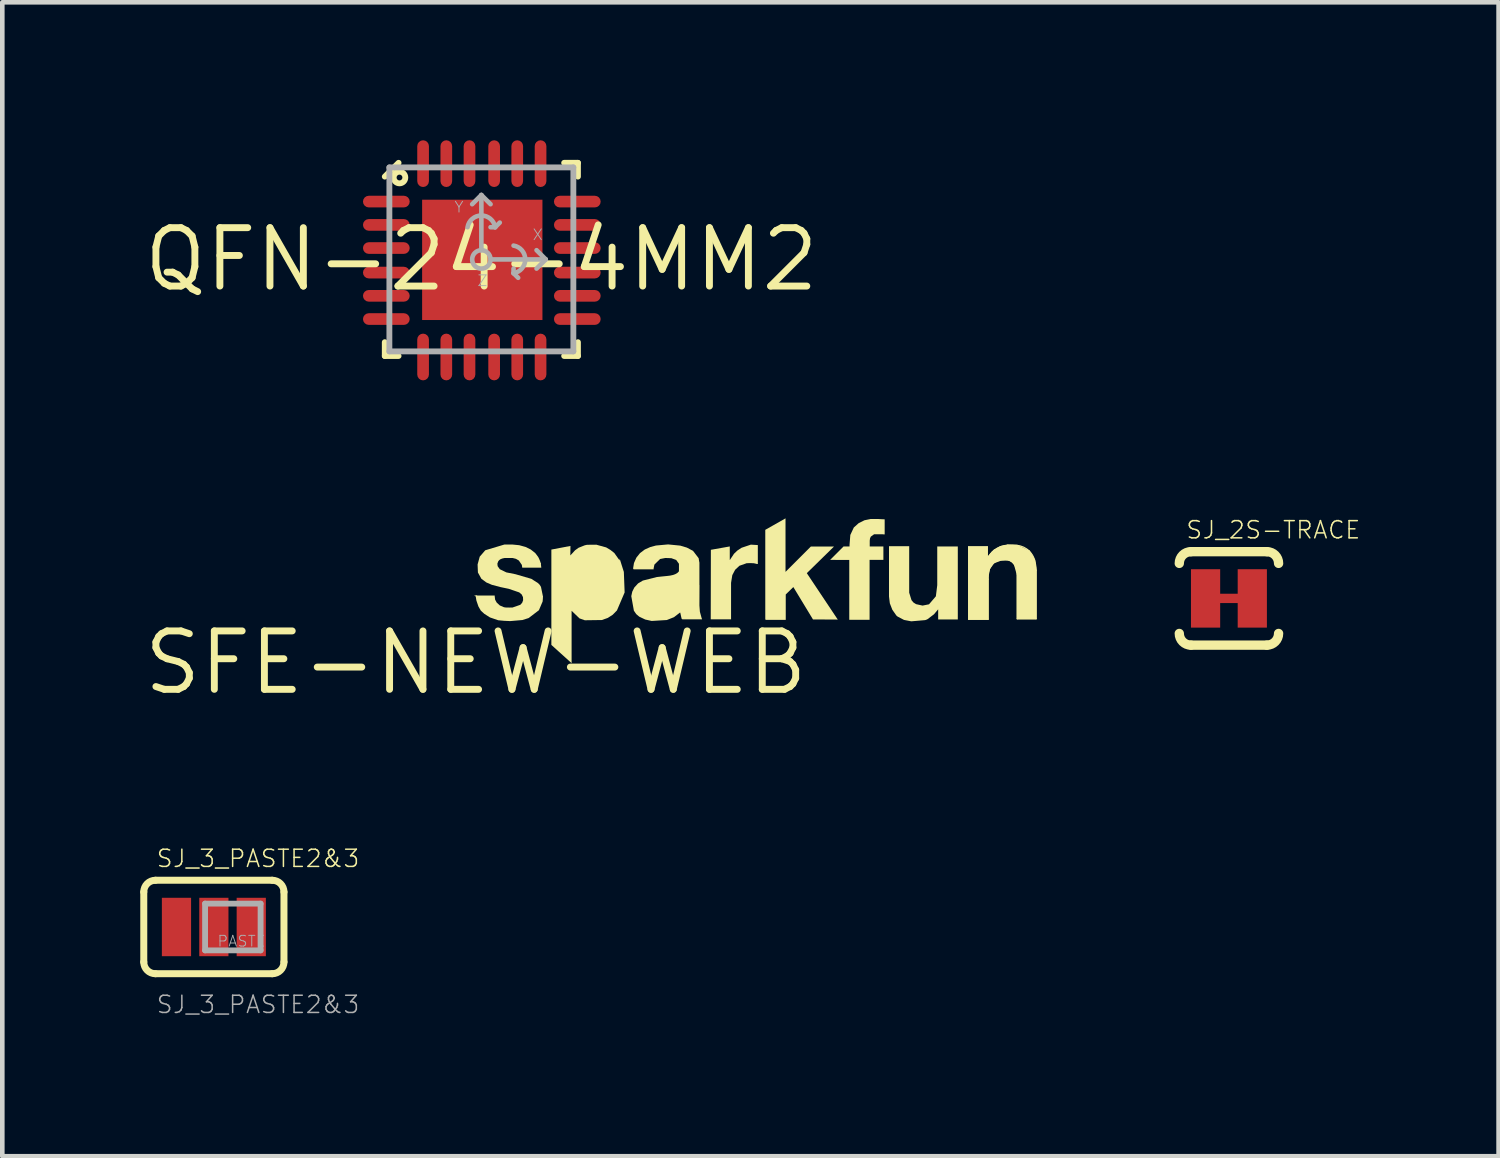
<source format=kicad_pcb>
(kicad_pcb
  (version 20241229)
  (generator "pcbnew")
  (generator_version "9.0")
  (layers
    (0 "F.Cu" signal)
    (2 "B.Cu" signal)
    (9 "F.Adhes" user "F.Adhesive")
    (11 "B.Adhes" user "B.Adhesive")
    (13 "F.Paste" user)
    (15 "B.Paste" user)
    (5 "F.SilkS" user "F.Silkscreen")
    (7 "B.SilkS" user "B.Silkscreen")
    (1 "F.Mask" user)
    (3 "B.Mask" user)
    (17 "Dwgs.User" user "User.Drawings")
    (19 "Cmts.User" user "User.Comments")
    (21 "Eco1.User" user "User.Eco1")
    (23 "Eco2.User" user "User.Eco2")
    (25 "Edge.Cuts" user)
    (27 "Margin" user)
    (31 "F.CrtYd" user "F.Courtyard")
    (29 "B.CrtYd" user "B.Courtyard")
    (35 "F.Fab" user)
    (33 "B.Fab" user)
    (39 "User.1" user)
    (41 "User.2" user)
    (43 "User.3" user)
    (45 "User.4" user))
  (footprint "SJ_3_PASTE2&3"
    (layer "F.Cu")
    (at 1.6 17.105)
    (property "Reference" "SJ_3_PASTE2&3" (at -1.27 -1.27 0) (layer "F.SilkS") (effects (font (size 0.374 0.374) (thickness 0.033)) (justify left bottom)))
    (property "Value" "SJ_3_PASTE2&3" (at -0.1 0 0) (layer "F.Fab") (hide yes) (effects (font (size 0.018 0.018) (thickness 0.002)) (justify left bottom)))
    (fp_line (start -1.524 0.762) (end -1.524 -0.762) (stroke (width 0.152) (type solid)) (layer "F.SilkS"))
    (fp_line (start -1.27 -1.016) (end 1.27 -1.016) (stroke (width 0.152) (type solid)) (layer "F.SilkS"))
    (fp_line (start 1.27 1.016) (end -1.27 1.016) (stroke (width 0.152) (type solid)) (layer "F.SilkS"))
    (fp_line (start 1.524 0.762) (end 1.524 -0.762) (stroke (width 0.152) (type solid)) (layer "F.SilkS"))
    (fp_arc (start -1.524 -0.762) (mid -1.449605 -0.941605) (end -1.27 -1.016) (stroke (width 0.1524) (type solid)) (layer "F.SilkS"))
    (fp_arc (start -1.27 1.016) (mid -1.449605 0.941605) (end -1.524 0.762) (stroke (width 0.1524) (type solid)) (layer "F.SilkS"))
    (fp_arc (start 1.27 -1.016) (mid 1.449605 -0.941605) (end 1.524 -0.762) (stroke (width 0.1524) (type solid)) (layer "F.SilkS"))
    (fp_arc (start 1.524 0.762) (mid 1.449605 0.941605) (end 1.27 1.016) (stroke (width 0.1524) (type solid)) (layer "F.SilkS"))
    (fp_poly (pts (xy -0.279 1.016) (xy 1.422 1.016) (xy 1.422 -0.991) (xy -0.279 -0.991)) (stroke (width 0) (type default)) (fill yes) (layer "F.Paste"))
    (fp_line (start -0.191 -0.508) (end -0.191 0.508) (stroke (width 0.127) (type solid)) (layer "F.Fab"))
    (fp_line (start -0.191 0.508) (end 1.016 0.508) (stroke (width 0.127) (type solid)) (layer "F.Fab"))
    (fp_line (start 1.016 -0.508) (end -0.191 -0.508) (stroke (width 0.127) (type solid)) (layer "F.Fab"))
    (fp_line (start 1.016 0.508) (end 1.016 -0.508) (stroke (width 0.127) (type solid)) (layer "F.Fab"))
    (fp_text user "${VALUE}" (at -1.27 1.905 0) (layer "F.Fab") (effects (font (size 0.374 0.374) (thickness 0.033)) (justify left bottom)))
    (fp_text user "PASTE" (at 0.064 0.445 0) (layer "F.Fab") (effects (font (size 0.234 0.234) (thickness 0.02)) (justify left bottom)))
    (pad "1" smd rect (at -0.813 0) (size 0.635 1.27) (layers "F.Cu" "F.Mask"))
    (pad "2" smd rect (at 0 0) (size 0.635 1.27) (layers "F.Cu" "F.Mask"))
    (pad "3" smd rect (at 0.813 0) (size 0.635 1.27) (layers "F.Cu" "F.Mask")))
  (footprint "SJ_2S-TRACE"
    (layer "F.Cu")
    (at 23.67 9.961)
    (property "Reference" "SJ_2S-TRACE" (at -0.953 -1.27 0) (layer "F.SilkS") (effects (font (size 0.374 0.374) (thickness 0.033)) (justify left bottom)))
    (fp_line (start -0.381 0) (end 0.381 0) (stroke (width 0.203) (type solid)) (layer "F.Cu"))
    (fp_line (start -0.826 -1.016) (end 0.826 -1.016) (stroke (width 0.203) (type solid)) (layer "F.SilkS"))
    (fp_line (start 0.826 1.016) (end -0.826 1.016) (stroke (width 0.203) (type solid)) (layer "F.SilkS"))
    (fp_arc (start -1.0795 -0.762) (mid -1.005105 -0.941605) (end -0.8255 -1.016) (stroke (width 0.2032) (type solid)) (layer "F.SilkS"))
    (fp_arc (start -0.8255 1.016) (mid -1.005105 0.941605) (end -1.0795 0.762) (stroke (width 0.2032) (type solid)) (layer "F.SilkS"))
    (fp_arc (start 0.8255 -1.016) (mid 1.005105 -0.941605) (end 1.0795 -0.762) (stroke (width 0.2032) (type solid)) (layer "F.SilkS"))
    (fp_arc (start 1.0795 0.762) (mid 1.005105 0.941605) (end 0.8255 1.016) (stroke (width 0.2032) (type solid)) (layer "F.SilkS"))
    (pad "1" smd rect (at -0.508 0) (size 0.635 1.27) (layers "F.Cu" "F.Mask"))
    (pad "2" smd rect (at 0.508 0) (size 0.635 1.27) (layers "F.Cu" "F.Mask")))
  (footprint "QFN-24-4MM2"
    (layer "F.Cu")
    (at 7.416 2.59)
    (property "Reference" "QFN-24-4MM2" (at 0 0 0) (layer "F.SilkS") (effects (font (size 1.27 1.27) (thickness 0.15))))
    (fp_line (start -2.1 -1.8) (end -1.8 -2.1) (stroke (width 0.127) (type solid)) (layer "F.SilkS"))
    (fp_line (start -2.1 2.1) (end -2.1 1.8) (stroke (width 0.127) (type solid)) (layer "F.SilkS"))
    (fp_line (start -1.8 2.1) (end -2.1 2.1) (stroke (width 0.127) (type solid)) (layer "F.SilkS"))
    (fp_line (start 1.8 -2.1) (end 2.1 -2.1) (stroke (width 0.127) (type solid)) (layer "F.SilkS"))
    (fp_line (start 1.8 2.1) (end 2.1 2.1) (stroke (width 0.127) (type solid)) (layer "F.SilkS"))
    (fp_line (start 2.1 -2.1) (end 2.1 -1.8) (stroke (width 0.127) (type solid)) (layer "F.SilkS"))
    (fp_line (start 2.1 2.1) (end 2.1 1.8) (stroke (width 0.127) (type solid)) (layer "F.SilkS"))
    (fp_circle (center -1.78 -1.78) (end -1.717 -1.78) (stroke (width 0.127) (type solid)) (fill no) (layer "F.SilkS"))
    (fp_poly (pts (xy -0.838 -0.33) (xy -0.356 -0.33) (xy -0.356 -0.813) (xy -0.838 -0.813)) (stroke (width 0) (type default)) (fill yes) (layer "F.Paste"))
    (fp_poly (pts (xy -0.826 0.876) (xy -0.343 0.876) (xy -0.343 0.394) (xy -0.826 0.394)) (stroke (width 0) (type default)) (fill yes) (layer "F.Paste"))
    (fp_poly (pts (xy 0.394 0.876) (xy 0.876 0.876) (xy 0.876 0.394) (xy 0.394 0.394)) (stroke (width 0) (type default)) (fill yes) (layer "F.Paste"))
    (fp_poly (pts (xy 0.432 -0.33) (xy 0.914 -0.33) (xy 0.914 -0.813) (xy 0.432 -0.813)) (stroke (width 0) (type default)) (fill yes) (layer "F.Paste"))
    (fp_line (start -2 -2) (end 2 -2) (stroke (width 0.127) (type solid)) (layer "F.Fab"))
    (fp_line (start -2 2) (end -2 -2) (stroke (width 0.127) (type solid)) (layer "F.Fab"))
    (fp_line (start -0.2 -1.2) (end 0 -1.4) (stroke (width 0.1) (type solid)) (layer "F.Fab"))
    (fp_line (start 0 -1.4) (end 0.2 -1.2) (stroke (width 0.1) (type solid)) (layer "F.Fab"))
    (fp_line (start 0 -0.2) (end 0 -1.4) (stroke (width 0.1) (type solid)) (layer "F.Fab"))
    (fp_line (start 0.2 0) (end 1.4 0) (stroke (width 0.1) (type solid)) (layer "F.Fab"))
    (fp_line (start 0.3 -0.7) (end 0.2 -0.7) (stroke (width 0.1) (type solid)) (layer "F.Fab"))
    (fp_line (start 0.4 -0.8) (end 0.3 -0.7) (stroke (width 0.1) (type solid)) (layer "F.Fab"))
    (fp_line (start 0.7 0.3) (end 0.7 0.2) (stroke (width 0.1) (type solid)) (layer "F.Fab"))
    (fp_line (start 0.8 0.4) (end 0.7 0.3) (stroke (width 0.1) (type solid)) (layer "F.Fab"))
    (fp_line (start 1.2 -0.2) (end 1.4 0) (stroke (width 0.1) (type solid)) (layer "F.Fab"))
    (fp_line (start 1.4 0) (end 1.2 0.2) (stroke (width 0.1) (type solid)) (layer "F.Fab"))
    (fp_line (start 2 -2) (end 2 2) (stroke (width 0.127) (type solid)) (layer "F.Fab"))
    (fp_line (start 2 2) (end -2 2) (stroke (width 0.127) (type solid)) (layer "F.Fab"))
    (fp_arc (start -0.3 -0.7) (mid 0 -0.954138) (end 0.3 -0.7) (stroke (width 0.1) (type solid)) (layer "F.Fab"))
    (fp_arc (start 0.7 -0.3) (mid 0.954138 0) (end 0.7 0.3) (stroke (width 0.1) (type solid)) (layer "F.Fab"))
    (fp_circle (center 0 0) (end 0.2 0) (stroke (width 0.1) (type solid)) (fill no) (layer "F.Fab"))
    (fp_text user "X" (at 1.1 -0.4 0) (layer "F.Fab") (effects (font (size 0.234 0.234) (thickness 0.02)) (justify left bottom)))
    (fp_text user "Z" (at -0.1 0.6 0) (layer "F.Fab") (effects (font (size 0.234 0.234) (thickness 0.02)) (justify left bottom)))
    (fp_text user "Y" (at -0.6 -1 0) (layer "F.Fab") (effects (font (size 0.234 0.234) (thickness 0.02)) (justify left bottom)))
    (pad "1" smd roundrect (at -2.066 -1.257 180) (size 1.016 0.254) (layers "F.Cu" "F.Mask" "F.Paste") (roundrect_rratio 0.5))
    (pad "2" smd roundrect (at -2.066 -0.75 180) (size 1.016 0.254) (layers "F.Cu" "F.Mask" "F.Paste") (roundrect_rratio 0.5))
    (pad "3" smd roundrect (at -2.066 -0.247 180) (size 1.016 0.254) (layers "F.Cu" "F.Mask" "F.Paste") (roundrect_rratio 0.5))
    (pad "4" smd roundrect (at -2.066 0.287 180) (size 1.016 0.254) (layers "F.Cu" "F.Mask" "F.Paste") (roundrect_rratio 0.5))
    (pad "5" smd roundrect (at -2.066 0.792 180) (size 1.016 0.254) (layers "F.Cu" "F.Mask" "F.Paste") (roundrect_rratio 0.5))
    (pad "6" smd roundrect (at -2.066 1.297 180) (size 1.016 0.254) (layers "F.Cu" "F.Mask" "F.Paste") (roundrect_rratio 0.5))
    (pad "7" smd roundrect (at -1.267 2.122 90) (size 1.016 0.254) (layers "F.Cu" "F.Mask" "F.Paste") (roundrect_rratio 0.5))
    (pad "8" smd roundrect (at -0.762 2.122 90) (size 1.016 0.254) (layers "F.Cu" "F.Mask" "F.Paste") (roundrect_rratio 0.5))
    (pad "9" smd roundrect (at -0.258 2.122 90) (size 1.016 0.254) (layers "F.Cu" "F.Mask" "F.Paste") (roundrect_rratio 0.5))
    (pad "10" smd roundrect (at 0.278 2.122 90) (size 1.016 0.254) (layers "F.Cu" "F.Mask" "F.Paste") (roundrect_rratio 0.5))
    (pad "11" smd roundrect (at 0.78 2.122 90) (size 1.016 0.254) (layers "F.Cu" "F.Mask" "F.Paste") (roundrect_rratio 0.5))
    (pad "12" smd roundrect (at 1.287 2.122 90) (size 1.016 0.254) (layers "F.Cu" "F.Mask" "F.Paste") (roundrect_rratio 0.5))
    (pad "13" smd roundrect (at 2.086 1.297 180) (size 1.016 0.254) (layers "F.Cu" "F.Mask" "F.Paste") (roundrect_rratio 0.5))
    (pad "14" smd roundrect (at 2.086 0.792 180) (size 1.016 0.254) (layers "F.Cu" "F.Mask" "F.Paste") (roundrect_rratio 0.5))
    (pad "15" smd roundrect (at 2.086 0.287 180) (size 1.016 0.254) (layers "F.Cu" "F.Mask" "F.Paste") (roundrect_rratio 0.5))
    (pad "16" smd roundrect (at 2.086 -0.247 180) (size 1.016 0.254) (layers "F.Cu" "F.Mask" "F.Paste") (roundrect_rratio 0.5))
    (pad "17" smd roundrect (at 2.086 -0.75 180) (size 1.016 0.254) (layers "F.Cu" "F.Mask" "F.Paste") (roundrect_rratio 0.5))
    (pad "18" smd roundrect (at 2.086 -1.257 180) (size 1.016 0.254) (layers "F.Cu" "F.Mask" "F.Paste") (roundrect_rratio 0.5))
    (pad "19" smd roundrect (at 1.287 -2.082 90) (size 1.016 0.254) (layers "F.Cu" "F.Mask" "F.Paste") (roundrect_rratio 0.5))
    (pad "20" smd roundrect (at 0.78 -2.082 90) (size 1.016 0.254) (layers "F.Cu" "F.Mask" "F.Paste") (roundrect_rratio 0.5))
    (pad "21" smd roundrect (at 0.278 -2.082 90) (size 1.016 0.254) (layers "F.Cu" "F.Mask" "F.Paste") (roundrect_rratio 0.5))
    (pad "22" smd roundrect (at -0.258 -2.082 90) (size 1.016 0.254) (layers "F.Cu" "F.Mask" "F.Paste") (roundrect_rratio 0.5))
    (pad "23" smd roundrect (at -0.762 -2.082 90) (size 1.016 0.254) (layers "F.Cu" "F.Mask" "F.Paste") (roundrect_rratio 0.5))
    (pad "24" smd roundrect (at -1.267 -2.082 90) (size 1.016 0.254) (layers "F.Cu" "F.Mask" "F.Paste") (roundrect_rratio 0.5))
    (pad "P$1" smd rect (at 0.02 0.01) (size 2.616 2.616) (layers "F.Cu" "F.Mask")))
  (footprint "SFE-NEW-WEB"
    (layer "F.Cu")
    (at 7.295 11.358)
    (property "Reference" "SFE-NEW-WEB" (at 0 0 0) (layer "F.SilkS") (effects (font (size 1.27 1.27) (thickness 0.15))))
    (fp_line (start 10.716 -2.517) (end 11.12 -2.517) (stroke (width 0.025) (type solid)) (layer "F.SilkS"))
    (fp_line (start 10.716 -0.945) (end 10.716 -2.517) (stroke (width 0.025) (type solid)) (layer "F.SilkS"))
    (fp_line (start 11.12 -2.517) (end 11.12 -2.296) (stroke (width 0.025) (type solid)) (layer "F.SilkS"))
    (fp_line (start 11.12 -2.296) (end 11.128 -2.296) (stroke (width 0.025) (type solid)) (layer "F.SilkS"))
    (fp_line (start 11.138 -1.814) (end 11.138 -0.945) (stroke (width 0.025) (type solid)) (layer "F.SilkS"))
    (fp_line (start 11.138 -0.945) (end 10.716 -0.945) (stroke (width 0.025) (type solid)) (layer "F.SilkS"))
    (fp_line (start 11.773 -0.955) (end 11.773 -1.92) (stroke (width 0.025) (type solid)) (layer "F.SilkS"))
    (fp_line (start 12.182 -2.009) (end 12.182 -0.955) (stroke (width 0.025) (type solid)) (layer "F.SilkS"))
    (fp_line (start 12.182 -0.955) (end 11.773 -0.955) (stroke (width 0.025) (type solid)) (layer "F.SilkS"))
    (fp_arc (start 11.1379 -1.8821) (mid 11.146106 -1.962214) (end 11.1684 -2.0396) (stroke (width 0.0254) (type solid)) (layer "F.SilkS"))
    (fp_arc (start 11.1379 -1.8136) (mid 11.137681 -1.84785) (end 11.1379 -1.8821) (stroke (width 0.0254) (type solid)) (layer "F.SilkS"))
    (fp_arc (start 11.1455 -2.3038) (mid 11.137379 -2.298176) (end 11.1277 -2.2962) (stroke (width 0.0254) (type solid)) (layer "F.SilkS"))
    (fp_arc (start 11.1582 -2.319) (mid 11.152103 -2.311188) (end 11.1455 -2.3038) (stroke (width 0.0254) (type solid)) (layer "F.SilkS"))
    (fp_arc (start 11.1582 -2.319) (mid 11.172158 -2.338081) (end 11.1862 -2.3571) (stroke (width 0.0254) (type solid)) (layer "F.SilkS"))
    (fp_arc (start 11.1684 -2.0396) (mid 11.206138 -2.110015) (end 11.2598 -2.1692) (stroke (width 0.0254) (type solid)) (layer "F.SilkS"))
    (fp_arc (start 11.1862 -2.3571) (mid 11.2264 -2.404414) (end 11.2725 -2.446) (stroke (width 0.0254) (type solid)) (layer "F.SilkS"))
    (fp_arc (start 11.259799 -2.1692) (mid 11.334441 -2.214452) (end 11.4198 -2.2327) (stroke (width 0.0254) (type solid)) (layer "F.SilkS"))
    (fp_arc (start 11.2725 -2.446) (mid 11.411238 -2.52384) (end 11.5672 -2.5552) (stroke (width 0.0254) (type solid)) (layer "F.SilkS"))
    (fp_arc (start 11.5316 -2.2377) (mid 11.475702 -2.235165) (end 11.4198 -2.2327) (stroke (width 0.0254) (type solid)) (layer "F.SilkS"))
    (fp_arc (start 11.5316 -2.2377) (mid 11.565101 -2.235924) (end 11.5976 -2.2276) (stroke (width 0.0254) (type solid)) (layer "F.SilkS"))
    (fp_arc (start 11.5672 -2.5552) (mid 11.667584 -2.556058) (end 11.7678 -2.5502) (stroke (width 0.0254) (type solid)) (layer "F.SilkS"))
    (fp_arc (start 11.5976 -2.2276) (mid 11.664346 -2.1894) (end 11.7145 -2.1311) (stroke (width 0.0254) (type solid)) (layer "F.SilkS"))
    (fp_arc (start 11.7145 -2.1311) (mid 11.758038 -2.02962) (end 11.7729 -1.9202) (stroke (width 0.0254) (type solid)) (layer "F.SilkS"))
    (fp_arc (start 11.7678 -2.5502) (mid 11.911985 -2.511161) (end 12.0345 -2.425699) (stroke (width 0.0254) (type solid)) (layer "F.SilkS"))
    (fp_arc (start 12.0345 -2.4257) (mid 12.104013 -2.336521) (end 12.1488 -2.232699) (stroke (width 0.0254) (type solid)) (layer "F.SilkS"))
    (fp_arc (start 12.1488 -2.2327) (mid 12.172766 -2.122002) (end 12.1818 -2.0091) (stroke (width 0.0254) (type solid)) (layer "F.SilkS"))
    (fp_poly (pts (xy 6.734 -1.974) (xy 7.285 -2.525) (xy 7.788 -2.525) (xy 7.197 -1.946) (xy 7.87 -0.937) (xy 7.331 -0.94) (xy 6.904 -1.644) (xy 6.739 -1.483) (xy 6.739 -0.93) (xy 6.307 -0.93) (xy 6.294 -0.942) (xy 6.294 -2.888) (xy 6.734 -3.138)) (stroke (width 0) (type default)) (fill yes) (layer "F.SilkS"))
    (fp_poly (pts (xy 6.132 -2.557) (xy 6.132 -2.146) (xy 6.116 -2.146) (xy 6.107 -2.147) (xy 6.098 -2.149) (xy 6.068 -2.157) (xy 6.039 -2.162) (xy 5.963 -2.165) (xy 5.888 -2.162) (xy 5.732 -2.107) (xy 5.638 -2.019) (xy 5.577 -1.903) (xy 5.55 -1.736) (xy 5.55 -0.942) (xy 5.108 -0.942) (xy 5.111 -2.454) (xy 5.522 -2.527) (xy 5.522 -2.234) (xy 5.527 -2.236) (xy 5.544 -2.263) (xy 5.579 -2.315) (xy 5.614 -2.368) (xy 5.687 -2.438) (xy 5.778 -2.498) (xy 5.98 -2.566)) (stroke (width 0) (type default)) (fill yes) (layer "F.SilkS"))
    (fp_poly (pts (xy 2.835 -2.506) (xy 2.927 -2.451) (xy 3.012 -2.384) (xy 3.127 -2.222) (xy 3.127 -2.264) (xy 3.219 -1.973) (xy 3.236 -1.527) (xy 3.069 -1.136) (xy 2.976 -1.041) (xy 2.865 -0.971) (xy 2.74 -0.927) (xy 2.372 -0.922) (xy 2.37 -0.922) (xy 2.254 -0.963) (xy 2.083 -1.128) (xy 2.083 0.011) (xy 1.643 -0.386) (xy 1.643 -2.459) (xy 2.058 -2.538) (xy 2.055 -2.331) (xy 2.068 -2.345) (xy 2.158 -2.443) (xy 2.234 -2.498) (xy 2.369 -2.552) (xy 2.419 -2.563) (xy 2.62 -2.565)) (stroke (width 0) (type default)) (fill yes) (layer "F.SilkS"))
    (fp_poly (pts (xy 8.809 -3.12) (xy 8.875 -3.117) (xy 8.89 -3.117) (xy 8.89 -2.789) (xy 8.869 -2.789) (xy 8.841 -2.792) (xy 8.66 -2.792) (xy 8.588 -2.74) (xy 8.571 -2.7) (xy 8.565 -2.653) (xy 8.565 -2.527) (xy 8.862 -2.527) (xy 8.862 -2.235) (xy 8.562 -2.235) (xy 8.562 -0.932) (xy 8.12 -0.932) (xy 8.12 -2.233) (xy 7.704 -2.235) (xy 7.996 -2.527) (xy 8.126 -2.527) (xy 8.126 -2.561) (xy 8.143 -2.777) (xy 8.219 -2.939) (xy 8.324 -3.033) (xy 8.45 -3.096) (xy 8.586 -3.124) (xy 8.743 -3.124)) (stroke (width 0) (type default)) (fill yes) (layer "F.SilkS"))
    (fp_poly (pts (xy 9.423 -1.521) (xy 9.473 -1.36) (xy 9.516 -1.308) (xy 9.573 -1.272) (xy 9.714 -1.241) (xy 9.854 -1.269) (xy 10.003 -1.443) (xy 10.033 -1.685) (xy 10.033 -2.527) (xy 10.48 -2.527) (xy 10.48 -0.94) (xy 10.053 -0.94) (xy 10.053 -1.16) (xy 9.962 -1.052) (xy 9.824 -0.947) (xy 9.797 -0.934) (xy 9.769 -0.925) (xy 9.468 -0.899) (xy 9.311 -0.929) (xy 9.174 -1.001) (xy 9.173 -1.001) (xy 9.155 -1.015) (xy 9.142 -1.028) (xy 9.056 -1.151) (xy 9.002 -1.291) (xy 8.984 -1.439) (xy 8.984 -2.532) (xy 9.423 -2.532)) (stroke (width 0) (type default)) (fill yes) (layer "F.SilkS"))
    (fp_poly (pts (xy 11.771 -2.563) (xy 12.043 -2.436) (xy 12.161 -2.237) (xy 12.194 -2.01) (xy 12.194 -0.942) (xy 11.76 -0.942) (xy 11.76 -1.918) (xy 11.703 -2.125) (xy 11.656 -2.179) (xy 11.593 -2.215) (xy 11.531 -2.225) (xy 11.476 -2.222) (xy 11.422 -2.22) (xy 11.268 -2.159) (xy 11.18 -2.035) (xy 11.151 -1.881) (xy 11.151 -0.932) (xy 10.704 -0.932) (xy 10.704 -2.53) (xy 11.133 -2.53) (xy 11.133 -2.31) (xy 11.137 -2.313) (xy 11.148 -2.327) (xy 11.162 -2.346) (xy 11.176 -2.365) (xy 11.217 -2.413) (xy 11.265 -2.456) (xy 11.407 -2.536) (xy 11.566 -2.568)) (stroke (width 0) (type default)) (fill yes) (layer "F.SilkS"))
    (fp_poly (pts (xy 1.202 -2.29) (xy 1.414 -2.156) (xy 1.424 -2.065) (xy 1.01 -2.065) (xy 1.001 -2.126) (xy 0.936 -2.221) (xy 0.872 -2.258) (xy 0.799 -2.276) (xy 0.629 -2.276) (xy 0.584 -2.267) (xy 0.542 -2.252) (xy 0.512 -2.232) (xy 0.489 -2.206) (xy 0.469 -2.153) (xy 0.475 -2.098) (xy 0.522 -2.032) (xy 0.664 -1.963) (xy 0.867 -1.922) (xy 1.207 -1.823) (xy 1.354 -1.729) (xy 1.39 -1.692) (xy 1.417 -1.648) (xy 1.458 -1.45) (xy 1.461 -1.45) (xy 1.458 -1.385) (xy 1.453 -1.33) (xy 1.372 -1.14) (xy 1.149 -0.97) (xy 1.013 -0.927) (xy 0.747 -0.904) (xy 0.617 -0.91) (xy 0.487 -0.922) (xy 0.307 -0.984) (xy 0.185 -1.062) (xy 0.109 -1.132) (xy 0.057 -1.222) (xy 0.013 -1.351) (xy 0.003 -1.411) (xy -0.002 -1.469) (xy 0.738 -1.103) (xy 1.121 -1.189) (xy 1.224 -1.498) (xy 0.809 -1.724) (xy 0.364 -1.988) (xy 0.308 -2.311) (xy 0.742 -2.424)) (stroke (width 0) (type default)) (fill yes) (layer "F.SilkS"))
    (fp_poly (pts (xy 0.803 -2.568) (xy 0.944 -2.554) (xy 1.082 -2.516) (xy 1.194 -2.461) (xy 1.292 -2.384) (xy 1.357 -2.298) (xy 1.377 -2.258) (xy 1.394 -2.217) (xy 1.417 -2.152) (xy 1.354 -2.105) (xy 1.152 -2.254) (xy 0.736 -2.387) (xy 0.373 -2.277) (xy 0.418 -2.02) (xy 1.242 -1.541) (xy 1.263 -1.497) (xy 1.148 -1.152) (xy 0.725 -1.058) (xy -0.039 -1.46) (xy 0.411 -1.46) (xy 0.411 -1.443) (xy 0.42 -1.37) (xy 0.455 -1.306) (xy 0.524 -1.243) (xy 0.611 -1.206) (xy 0.638 -1.201) (xy 0.666 -1.199) (xy 0.733 -1.198) (xy 0.798 -1.199) (xy 0.968 -1.258) (xy 1.008 -1.302) (xy 1.029 -1.358) (xy 1.026 -1.425) (xy 0.996 -1.485) (xy 0.944 -1.528) (xy 0.715 -1.606) (xy 0.533 -1.644) (xy 0.351 -1.692) (xy 0.23 -1.744) (xy 0.122 -1.823) (xy 0.046 -1.96) (xy 0.046 -1.963) (xy 0.039 -2.135) (xy 0.084 -2.3) (xy 0.084 -2.303) (xy 0.206 -2.444) (xy 0.62 -2.568) (xy 0.712 -2.569)) (stroke (width 0) (type default)) (fill yes) (layer "F.SilkS"))
    (fp_poly (pts (xy 4.445 -2.545) (xy 4.589 -2.502) (xy 4.723 -2.431) (xy 4.845 -2.272) (xy 4.86 -2.182) (xy 4.862 -2.182) (xy 4.862 -1.689) (xy 4.864 -1.689) (xy 4.862 -1.243) (xy 4.872 -1.109) (xy 4.907 -0.979) (xy 4.92 -0.942) (xy 4.495 -0.942) (xy 4.477 -0.951) (xy 4.472 -0.971) (xy 4.468 -0.985) (xy 4.446 -1.085) (xy 4.44 -1.09) (xy 4.439 -1.089) (xy 4.309 -0.989) (xy 4.153 -0.927) (xy 3.824 -0.907) (xy 3.684 -0.938) (xy 3.554 -1) (xy 3.487 -1.057) (xy 3.437 -1.131) (xy 3.381 -1.444) (xy 3.381 -1.447) (xy 3.402 -1.544) (xy 3.446 -1.633) (xy 3.528 -1.723) (xy 3.632 -1.785) (xy 3.937 -1.862) (xy 4.049 -1.874) (xy 4.159 -1.885) (xy 4.225 -1.893) (xy 4.289 -1.907) (xy 4.336 -1.924) (xy 4.379 -1.948) (xy 4.407 -1.974) (xy 4.413 -1.983) (xy 4.417 -1.991) (xy 4.417 -2.15) (xy 4.358 -2.232) (xy 4.254 -2.271) (xy 4.188 -2.274) (xy 4.121 -2.276) (xy 4.007 -2.254) (xy 3.883 -2.132) (xy 3.866 -2.046) (xy 3.866 -2.03) (xy 3.429 -2.03) (xy 3.429 -2.04) (xy 3.419 -2.042) (xy 3.439 -2.166) (xy 3.491 -2.283) (xy 3.571 -2.383) (xy 3.674 -2.46) (xy 3.792 -2.513) (xy 3.917 -2.547) (xy 4.181 -2.571)) (stroke (width 0) (type default)) (fill yes) (layer "F.SilkS")))
  (gr_rect
    (start -3 -3)
    (end 29.533 22.09)
    (stroke (width 0.1) (type default))
    (fill no)
    (layer "Edge.Cuts")))
</source>
